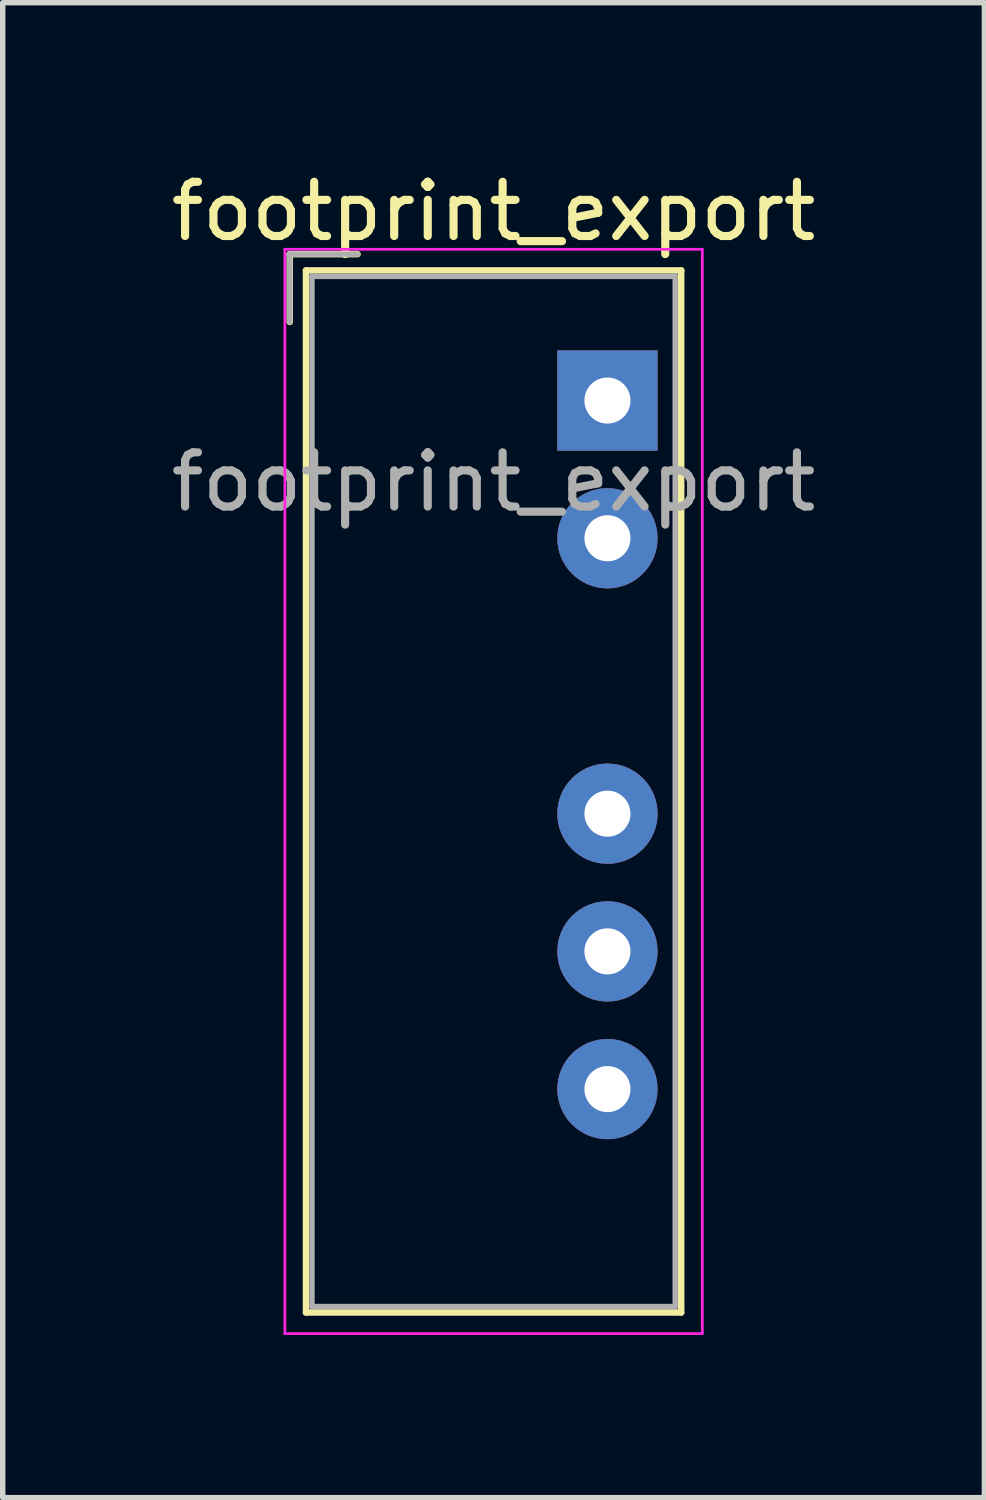
<source format=kicad_pcb>
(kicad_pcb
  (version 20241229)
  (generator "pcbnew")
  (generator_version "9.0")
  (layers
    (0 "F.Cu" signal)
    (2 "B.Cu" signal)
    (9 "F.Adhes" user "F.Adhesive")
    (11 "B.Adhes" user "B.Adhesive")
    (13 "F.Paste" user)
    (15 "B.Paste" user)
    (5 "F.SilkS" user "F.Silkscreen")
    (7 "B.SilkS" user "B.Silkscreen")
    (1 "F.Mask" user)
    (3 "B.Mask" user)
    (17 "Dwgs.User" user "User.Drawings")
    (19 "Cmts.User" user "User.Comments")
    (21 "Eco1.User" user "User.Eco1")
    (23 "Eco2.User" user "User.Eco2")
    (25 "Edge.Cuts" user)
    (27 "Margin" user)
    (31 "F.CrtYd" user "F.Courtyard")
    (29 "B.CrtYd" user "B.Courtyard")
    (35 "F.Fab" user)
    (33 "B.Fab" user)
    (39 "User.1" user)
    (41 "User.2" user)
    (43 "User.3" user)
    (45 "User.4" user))
  (footprint "footprint_export"
    (layer "F.Cu")
    (at 8.154 4.338)
    (property "Reference" "footprint_export" (at -2.1 -3.49 0) (layer "F.SilkS") (effects (font (size 1 1) (thickness 0.15))))
    (attr through_hole)
    (fp_line (start -5.86 -2.7) (end -5.86 -1.45) (stroke (width 0.12) (type solid)) (layer "F.SilkS"))
    (fp_line (start -5.56 -2.4) (end -5.56 16.82) (stroke (width 0.12) (type solid)) (layer "F.SilkS"))
    (fp_line (start -5.56 16.82) (end 1.36 16.82) (stroke (width 0.12) (type solid)) (layer "F.SilkS"))
    (fp_line (start -4.61 -2.7) (end -5.86 -2.7) (stroke (width 0.12) (type solid)) (layer "F.SilkS"))
    (fp_line (start 1.36 -2.4) (end -5.56 -2.4) (stroke (width 0.12) (type solid)) (layer "F.SilkS"))
    (fp_line (start 1.36 16.82) (end 1.36 -2.4) (stroke (width 0.12) (type solid)) (layer "F.SilkS"))
    (fp_line (start -5.95 -2.79) (end -5.95 17.21) (stroke (width 0.05) (type solid)) (layer "F.CrtYd"))
    (fp_line (start -5.95 17.21) (end 1.75 17.21) (stroke (width 0.05) (type solid)) (layer "F.CrtYd"))
    (fp_line (start 1.75 -2.79) (end -5.95 -2.79) (stroke (width 0.05) (type solid)) (layer "F.CrtYd"))
    (fp_line (start 1.75 17.21) (end 1.75 -2.79) (stroke (width 0.05) (type solid)) (layer "F.CrtYd"))
    (fp_line (start -5.86 -2.7) (end -5.86 -1.45) (stroke (width 0.1) (type solid)) (layer "F.Fab"))
    (fp_line (start -5.45 -2.29) (end -5.45 16.71) (stroke (width 0.1) (type solid)) (layer "F.Fab"))
    (fp_line (start -5.45 16.71) (end 1.25 16.71) (stroke (width 0.1) (type solid)) (layer "F.Fab"))
    (fp_line (start -4.61 -2.7) (end -5.86 -2.7) (stroke (width 0.1) (type solid)) (layer "F.Fab"))
    (fp_line (start 1.25 -2.29) (end -5.45 -2.29) (stroke (width 0.1) (type solid)) (layer "F.Fab"))
    (fp_line (start 1.25 16.71) (end 1.25 -2.29) (stroke (width 0.1) (type solid)) (layer "F.Fab"))
    (fp_text user "${REFERENCE}" (at -2.1 1.5 0) (layer "F.Fab") (effects (font (size 1 1) (thickness 0.15))))
    (pad "1" thru_hole rect (at 0 0) (size 1.85 1.85) (drill 0.85) (layers "*.Cu" "*.Mask"))
    (pad "2" thru_hole circle (at 0 2.54) (size 1.85 1.85) (drill 0.85) (layers "*.Cu" "*.Mask"))
    (pad "4" thru_hole circle (at 0 7.62) (size 1.85 1.85) (drill 0.85) (layers "*.Cu" "*.Mask"))
    (pad "5" thru_hole circle (at 0 10.16) (size 1.85 1.85) (drill 0.85) (layers "*.Cu" "*.Mask"))
    (pad "6" thru_hole circle (at 0 12.7) (size 1.85 1.85) (drill 0.85) (layers "*.Cu" "*.Mask")))
  (gr_rect
    (start -3 -3)
    (end 15.107 24.573)
    (stroke (width 0.1) (type default))
    (fill no)
    (layer "Edge.Cuts")))
</source>
